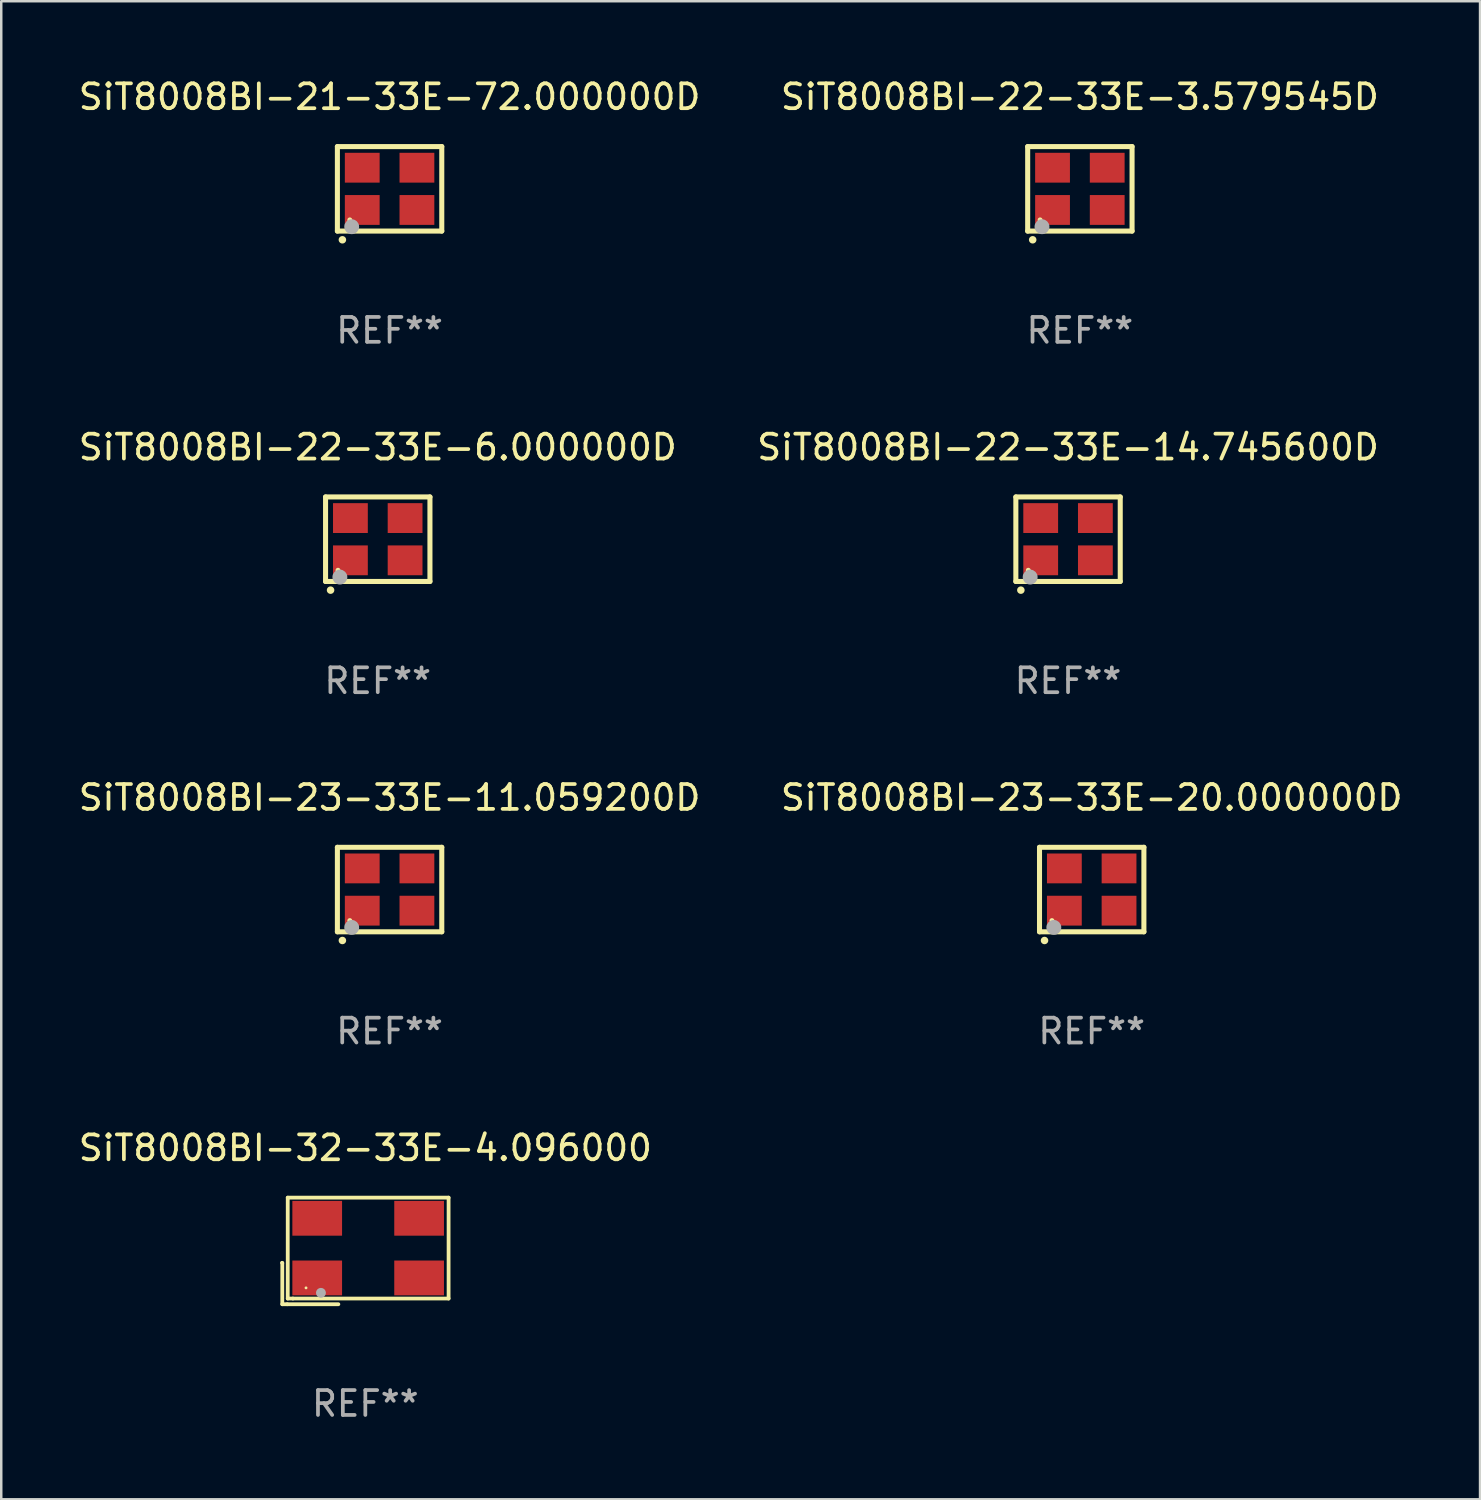
<source format=kicad_pcb>
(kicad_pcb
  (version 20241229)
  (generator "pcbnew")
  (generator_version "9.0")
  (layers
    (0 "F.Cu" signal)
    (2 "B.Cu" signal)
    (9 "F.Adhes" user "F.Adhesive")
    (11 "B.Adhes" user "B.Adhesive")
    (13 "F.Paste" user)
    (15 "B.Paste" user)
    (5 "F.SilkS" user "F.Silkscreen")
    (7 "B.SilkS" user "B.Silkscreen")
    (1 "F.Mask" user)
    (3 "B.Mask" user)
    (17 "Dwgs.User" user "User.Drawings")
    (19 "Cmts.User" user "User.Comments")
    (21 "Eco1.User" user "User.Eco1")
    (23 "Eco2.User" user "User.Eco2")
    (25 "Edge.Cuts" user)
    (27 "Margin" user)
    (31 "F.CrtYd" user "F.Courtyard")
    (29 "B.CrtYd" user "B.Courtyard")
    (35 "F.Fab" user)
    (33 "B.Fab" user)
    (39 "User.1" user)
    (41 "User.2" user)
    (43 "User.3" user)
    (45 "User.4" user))
  (footprint "SiT8008BI-22-33E-14.745600D"
    (layer "F.Cu")
    (at 39.923 18.645)
    (property "Reference" "SiT8008BI-22-33E-14.745600D" (at 0 -3.7 0) (layer "F.SilkS") (effects (font (size 1 1) (thickness 0.15))))
    (attr through_hole)
    (fp_line (start -2.1 -1.7) (end -2.1 1.7) (stroke (width 0.203) (type solid)) (layer "F.SilkS"))
    (fp_line (start -2.1 1.7) (end 2.1 1.7) (stroke (width 0.203) (type solid)) (layer "F.SilkS"))
    (fp_line (start 2.1 -1.7) (end -2.1 -1.7) (stroke (width 0.203) (type solid)) (layer "F.SilkS"))
    (fp_line (start 2.1 1.7) (end 2.1 -1.7) (stroke (width 0.203) (type solid)) (layer "F.SilkS"))
    (fp_arc (start -1.899924 2.049784) (mid -1.898654 2.049779) (end -1.897384 2.049784) (stroke (width 0.3) (type solid)) (layer "F.SilkS"))
    (fp_circle (center -1.6 1.25) (end -1.55 1.25) (stroke (width 0.1) (type solid)) (fill no) (layer "F.SilkS"))
    (fp_circle (center -1.524 1.524) (end -1.374 1.524) (stroke (width 0.3) (type solid)) (fill no) (layer "F.Fab"))
    (fp_text user "REF**" (at 0 5.7 0) (layer "F.Fab") (effects (font (size 1 1) (thickness 0.15))))
    (pad "1" smd rect (at -1.1 0.85) (size 1.4 1.2) (layers "F.Cu" "F.Mask" "F.Paste"))
    (pad "2" smd rect (at 1.1 0.85) (size 1.4 1.2) (layers "F.Cu" "F.Mask" "F.Paste"))
    (pad "3" smd rect (at 1.1 -0.85) (size 1.4 1.2) (layers "F.Cu" "F.Mask" "F.Paste"))
    (pad "4" smd rect (at -1.1 -0.85) (size 1.4 1.2) (layers "F.Cu" "F.Mask" "F.Paste")))
  (footprint "SiT8008BI-32-33E-4.096000"
    (layer "F.Cu")
    (at 11.649 47.282)
    (property "Reference" "SiT8008BI-32-33E-4.096000" (at 0 -4.144 0) (layer "F.SilkS") (effects (font (size 1 1) (thickness 0.15))))
    (attr through_hole)
    (fp_line (start -3.35 0.476) (end -3.341 0.485) (stroke (width 0.152) (type solid)) (layer "F.SilkS"))
    (fp_line (start -3.341 0.485) (end -3.341 2.144) (stroke (width 0.152) (type solid)) (layer "F.SilkS"))
    (fp_line (start -3.341 2.144) (end -3.143 2.144) (stroke (width 0.152) (type solid)) (layer "F.SilkS"))
    (fp_line (start -3.143 2.144) (end -1.085 2.144) (stroke (width 0.152) (type solid)) (layer "F.SilkS"))
    (fp_line (start -3.122 -2.144) (end 3.35 -2.144) (stroke (width 0.152) (type solid)) (layer "F.SilkS"))
    (fp_line (start -3.122 1.915) (end -3.122 -2.144) (stroke (width 0.152) (type solid)) (layer "F.SilkS"))
    (fp_line (start -2.914 1.915) (end -3.122 1.915) (stroke (width 0.152) (type solid)) (layer "F.SilkS"))
    (fp_line (start 3.35 -2.144) (end 3.35 1.915) (stroke (width 0.152) (type solid)) (layer "F.SilkS"))
    (fp_line (start 3.35 1.915) (end -2.914 1.915) (stroke (width 0.152) (type solid)) (layer "F.SilkS"))
    (fp_circle (center -2.386 1.486) (end -2.356 1.486) (stroke (width 0.06) (type solid)) (fill no) (layer "F.SilkS"))
    (fp_circle (center -1.786 1.686) (end -1.686 1.686) (stroke (width 0.2) (type solid)) (fill no) (layer "F.Fab"))
    (fp_text user "REF**" (at 0 6.144 0) (layer "F.Fab") (effects (font (size 1 1) (thickness 0.15))))
    (pad "1" smd rect (at -1.936 1.086) (size 2 1.4) (layers "F.Cu" "F.Mask" "F.Paste"))
    (pad "2" smd rect (at 2.164 1.086) (size 2 1.4) (layers "F.Cu" "F.Mask" "F.Paste"))
    (pad "3" smd rect (at 2.164 -1.314) (size 2 1.4) (layers "F.Cu" "F.Mask" "F.Paste"))
    (pad "4" smd rect (at -1.936 -1.314) (size 2 1.4) (layers "F.Cu" "F.Mask" "F.Paste")))
  (footprint "SiT8008BI-22-33E-3.579545D"
    (layer "F.Cu")
    (at 40.399 4.548)
    (property "Reference" "SiT8008BI-22-33E-3.579545D" (at 0 -3.7 0) (layer "F.SilkS") (effects (font (size 1 1) (thickness 0.15))))
    (attr through_hole)
    (fp_line (start -2.1 -1.7) (end -2.1 1.7) (stroke (width 0.203) (type solid)) (layer "F.SilkS"))
    (fp_line (start -2.1 1.7) (end 2.1 1.7) (stroke (width 0.203) (type solid)) (layer "F.SilkS"))
    (fp_line (start 2.1 -1.7) (end -2.1 -1.7) (stroke (width 0.203) (type solid)) (layer "F.SilkS"))
    (fp_line (start 2.1 1.7) (end 2.1 -1.7) (stroke (width 0.203) (type solid)) (layer "F.SilkS"))
    (fp_arc (start -1.899924 2.049784) (mid -1.898654 2.049779) (end -1.897384 2.049784) (stroke (width 0.3) (type solid)) (layer "F.SilkS"))
    (fp_circle (center -1.6 1.25) (end -1.55 1.25) (stroke (width 0.1) (type solid)) (fill no) (layer "F.SilkS"))
    (fp_circle (center -1.524 1.524) (end -1.374 1.524) (stroke (width 0.3) (type solid)) (fill no) (layer "F.Fab"))
    (fp_text user "REF**" (at 0 5.7 0) (layer "F.Fab") (effects (font (size 1 1) (thickness 0.15))))
    (pad "1" smd rect (at -1.1 0.85) (size 1.4 1.2) (layers "F.Cu" "F.Mask" "F.Paste"))
    (pad "2" smd rect (at 1.1 0.85) (size 1.4 1.2) (layers "F.Cu" "F.Mask" "F.Paste"))
    (pad "3" smd rect (at 1.1 -0.85) (size 1.4 1.2) (layers "F.Cu" "F.Mask" "F.Paste"))
    (pad "4" smd rect (at -1.1 -0.85) (size 1.4 1.2) (layers "F.Cu" "F.Mask" "F.Paste")))
  (footprint "SiT8008BI-23-33E-11.059200D"
    (layer "F.Cu")
    (at 12.625 32.741)
    (property "Reference" "SiT8008BI-23-33E-11.059200D" (at 0 -3.7 0) (layer "F.SilkS") (effects (font (size 1 1) (thickness 0.15))))
    (attr through_hole)
    (fp_line (start -2.1 -1.7) (end -2.1 1.7) (stroke (width 0.203) (type solid)) (layer "F.SilkS"))
    (fp_line (start -2.1 1.7) (end 2.1 1.7) (stroke (width 0.203) (type solid)) (layer "F.SilkS"))
    (fp_line (start 2.1 -1.7) (end -2.1 -1.7) (stroke (width 0.203) (type solid)) (layer "F.SilkS"))
    (fp_line (start 2.1 1.7) (end 2.1 -1.7) (stroke (width 0.203) (type solid)) (layer "F.SilkS"))
    (fp_arc (start -1.899924 2.049784) (mid -1.898654 2.049779) (end -1.897384 2.049784) (stroke (width 0.3) (type solid)) (layer "F.SilkS"))
    (fp_circle (center -1.6 1.25) (end -1.55 1.25) (stroke (width 0.1) (type solid)) (fill no) (layer "F.SilkS"))
    (fp_circle (center -1.524 1.524) (end -1.374 1.524) (stroke (width 0.3) (type solid)) (fill no) (layer "F.Fab"))
    (fp_text user "REF**" (at 0 5.7 0) (layer "F.Fab") (effects (font (size 1 1) (thickness 0.15))))
    (pad "1" smd rect (at -1.1 0.85) (size 1.4 1.2) (layers "F.Cu" "F.Mask" "F.Paste"))
    (pad "2" smd rect (at 1.1 0.85) (size 1.4 1.2) (layers "F.Cu" "F.Mask" "F.Paste"))
    (pad "3" smd rect (at 1.1 -0.85) (size 1.4 1.2) (layers "F.Cu" "F.Mask" "F.Paste"))
    (pad "4" smd rect (at -1.1 -0.85) (size 1.4 1.2) (layers "F.Cu" "F.Mask" "F.Paste")))
  (footprint "SiT8008BI-22-33E-6.000000D"
    (layer "F.Cu")
    (at 12.149 18.645)
    (property "Reference" "SiT8008BI-22-33E-6.000000D" (at 0 -3.7 0) (layer "F.SilkS") (effects (font (size 1 1) (thickness 0.15))))
    (attr through_hole)
    (fp_line (start -2.1 -1.7) (end -2.1 1.7) (stroke (width 0.203) (type solid)) (layer "F.SilkS"))
    (fp_line (start -2.1 1.7) (end 2.1 1.7) (stroke (width 0.203) (type solid)) (layer "F.SilkS"))
    (fp_line (start 2.1 -1.7) (end -2.1 -1.7) (stroke (width 0.203) (type solid)) (layer "F.SilkS"))
    (fp_line (start 2.1 1.7) (end 2.1 -1.7) (stroke (width 0.203) (type solid)) (layer "F.SilkS"))
    (fp_arc (start -1.899924 2.049784) (mid -1.898654 2.049779) (end -1.897384 2.049784) (stroke (width 0.3) (type solid)) (layer "F.SilkS"))
    (fp_circle (center -1.6 1.25) (end -1.55 1.25) (stroke (width 0.1) (type solid)) (fill no) (layer "F.SilkS"))
    (fp_circle (center -1.524 1.524) (end -1.374 1.524) (stroke (width 0.3) (type solid)) (fill no) (layer "F.Fab"))
    (fp_text user "REF**" (at 0 5.7 0) (layer "F.Fab") (effects (font (size 1 1) (thickness 0.15))))
    (pad "1" smd rect (at -1.1 0.85) (size 1.4 1.2) (layers "F.Cu" "F.Mask" "F.Paste"))
    (pad "2" smd rect (at 1.1 0.85) (size 1.4 1.2) (layers "F.Cu" "F.Mask" "F.Paste"))
    (pad "3" smd rect (at 1.1 -0.85) (size 1.4 1.2) (layers "F.Cu" "F.Mask" "F.Paste"))
    (pad "4" smd rect (at -1.1 -0.85) (size 1.4 1.2) (layers "F.Cu" "F.Mask" "F.Paste")))
  (footprint "SiT8008BI-21-33E-72.000000D"
    (layer "F.Cu")
    (at 12.625 4.548)
    (property "Reference" "SiT8008BI-21-33E-72.000000D" (at 0 -3.7 0) (layer "F.SilkS") (effects (font (size 1 1) (thickness 0.15))))
    (attr through_hole)
    (fp_line (start -2.1 -1.7) (end -2.1 1.7) (stroke (width 0.203) (type solid)) (layer "F.SilkS"))
    (fp_line (start -2.1 1.7) (end 2.1 1.7) (stroke (width 0.203) (type solid)) (layer "F.SilkS"))
    (fp_line (start 2.1 -1.7) (end -2.1 -1.7) (stroke (width 0.203) (type solid)) (layer "F.SilkS"))
    (fp_line (start 2.1 1.7) (end 2.1 -1.7) (stroke (width 0.203) (type solid)) (layer "F.SilkS"))
    (fp_arc (start -1.899924 2.049784) (mid -1.898654 2.049779) (end -1.897384 2.049784) (stroke (width 0.3) (type solid)) (layer "F.SilkS"))
    (fp_circle (center -1.6 1.25) (end -1.55 1.25) (stroke (width 0.1) (type solid)) (fill no) (layer "F.SilkS"))
    (fp_circle (center -1.524 1.524) (end -1.374 1.524) (stroke (width 0.3) (type solid)) (fill no) (layer "F.Fab"))
    (fp_text user "REF**" (at 0 5.7 0) (layer "F.Fab") (effects (font (size 1 1) (thickness 0.15))))
    (pad "1" smd rect (at -1.1 0.85) (size 1.4 1.2) (layers "F.Cu" "F.Mask" "F.Paste"))
    (pad "2" smd rect (at 1.1 0.85) (size 1.4 1.2) (layers "F.Cu" "F.Mask" "F.Paste"))
    (pad "3" smd rect (at 1.1 -0.85) (size 1.4 1.2) (layers "F.Cu" "F.Mask" "F.Paste"))
    (pad "4" smd rect (at -1.1 -0.85) (size 1.4 1.2) (layers "F.Cu" "F.Mask" "F.Paste")))
  (footprint "SiT8008BI-23-33E-20.000000D"
    (layer "F.Cu")
    (at 40.875 32.741)
    (property "Reference" "SiT8008BI-23-33E-20.000000D" (at 0 -3.7 0) (layer "F.SilkS") (effects (font (size 1 1) (thickness 0.15))))
    (attr through_hole)
    (fp_line (start -2.1 -1.7) (end -2.1 1.7) (stroke (width 0.203) (type solid)) (layer "F.SilkS"))
    (fp_line (start -2.1 1.7) (end 2.1 1.7) (stroke (width 0.203) (type solid)) (layer "F.SilkS"))
    (fp_line (start 2.1 -1.7) (end -2.1 -1.7) (stroke (width 0.203) (type solid)) (layer "F.SilkS"))
    (fp_line (start 2.1 1.7) (end 2.1 -1.7) (stroke (width 0.203) (type solid)) (layer "F.SilkS"))
    (fp_arc (start -1.899924 2.049784) (mid -1.898654 2.049779) (end -1.897384 2.049784) (stroke (width 0.3) (type solid)) (layer "F.SilkS"))
    (fp_circle (center -1.6 1.25) (end -1.55 1.25) (stroke (width 0.1) (type solid)) (fill no) (layer "F.SilkS"))
    (fp_circle (center -1.524 1.524) (end -1.374 1.524) (stroke (width 0.3) (type solid)) (fill no) (layer "F.Fab"))
    (fp_text user "REF**" (at 0 5.7 0) (layer "F.Fab") (effects (font (size 1 1) (thickness 0.15))))
    (pad "1" smd rect (at -1.1 0.85) (size 1.4 1.2) (layers "F.Cu" "F.Mask" "F.Paste"))
    (pad "2" smd rect (at 1.1 0.85) (size 1.4 1.2) (layers "F.Cu" "F.Mask" "F.Paste"))
    (pad "3" smd rect (at 1.1 -0.85) (size 1.4 1.2) (layers "F.Cu" "F.Mask" "F.Paste"))
    (pad "4" smd rect (at -1.1 -0.85) (size 1.4 1.2) (layers "F.Cu" "F.Mask" "F.Paste")))
  (gr_rect
    (start -3 -3)
    (end 56.5 57.274)
    (stroke (width 0.1) (type default))
    (fill no)
    (layer "Edge.Cuts")))
</source>
